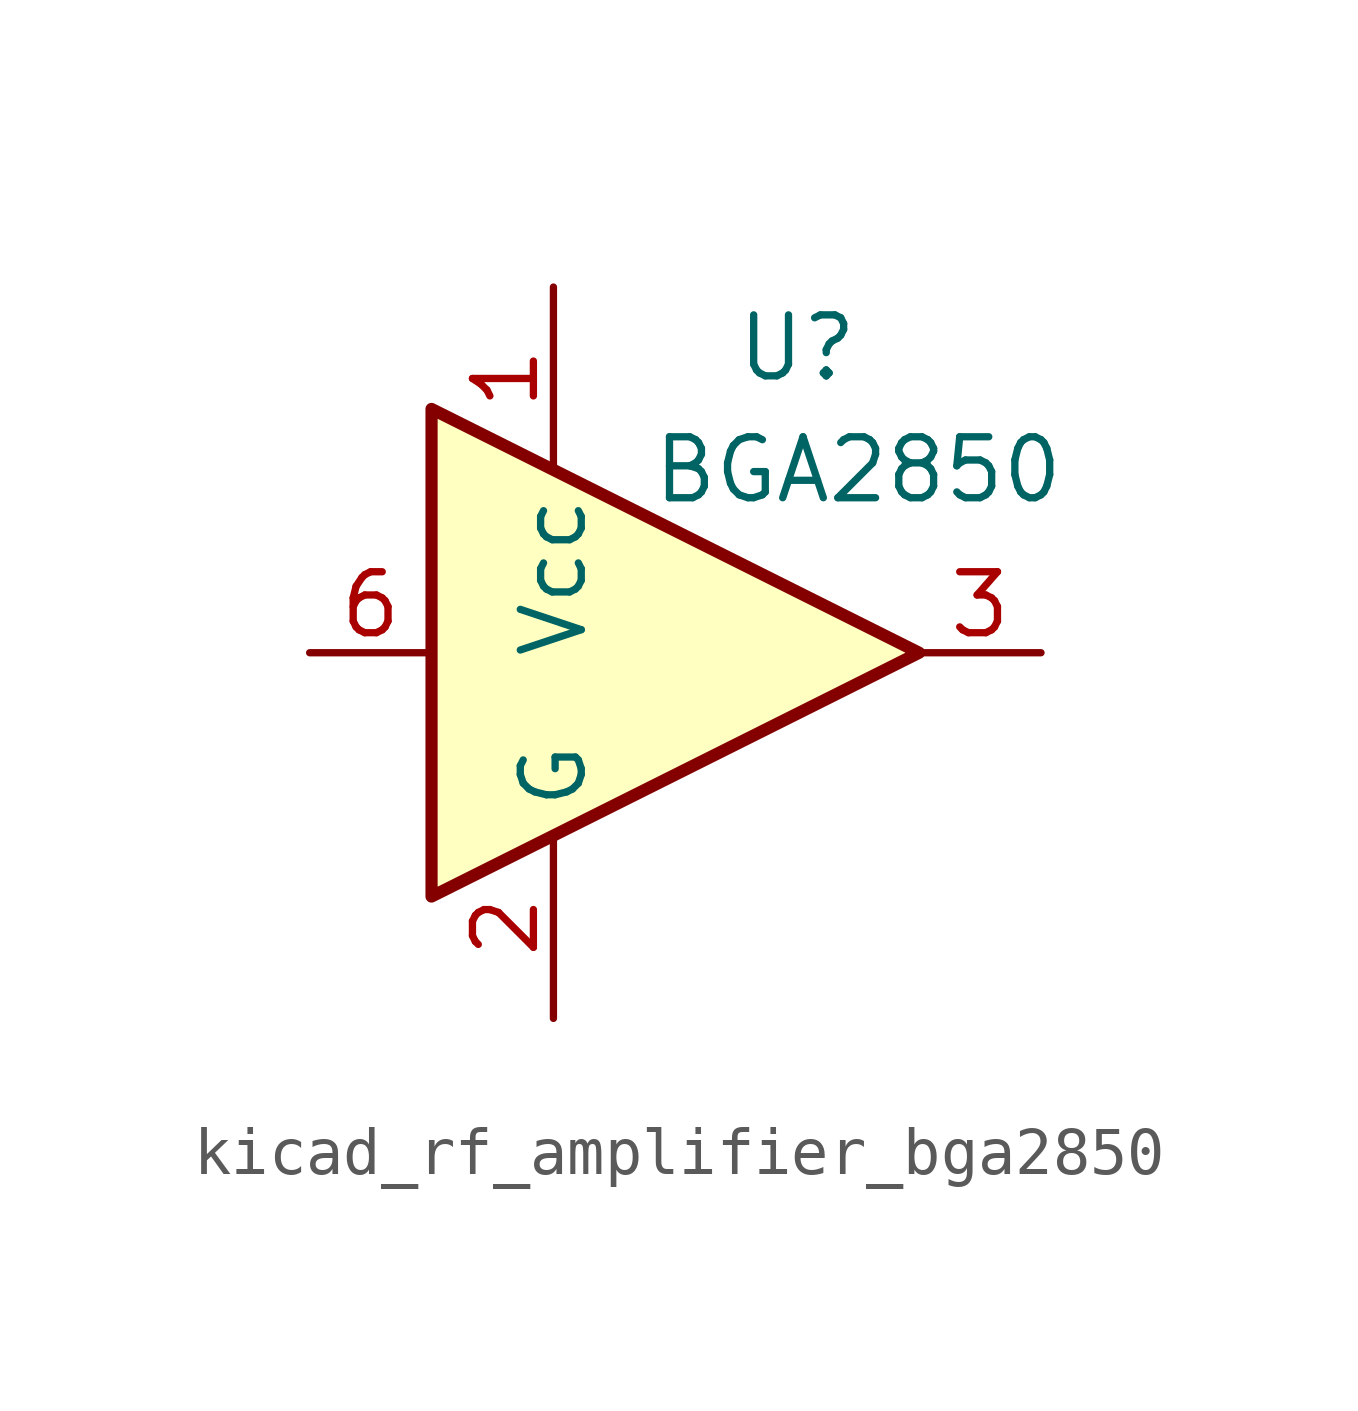
<source format=kicad_sym>
(kicad_symbol_lib
  (version 20220914)
  (generator kicad_symbol_editor)
  (symbol "kicad_rf_amplifier_bga2850"
    (property "Reference" "U"
      (at 2.54 6.35 0)
      (effects (font (size 1.27 1.27))))
    (property "Value" "BGA2850"
      (at 3.81 3.81 0)
      (effects (font (size 1.27 1.27))))
    (symbol "kicad_rf_amplifier_bga2850_0_1"
      (polyline (pts (xy 5.08 0) (xy -5.08 5.08) (xy -5.08 -5.08) (xy 5.08 0)) (stroke (width 0.254) (type default)) (fill (type background))))
    (symbol "kicad_rf_amplifier_bga2850_1_1"
      (pin power_in line (at -2.54 7.62 270) (length 3.81) (name "Vcc" (effects (font (size 1.27 1.27)))) (number "1" (effects (font (size 1.27 1.27)))))
      (pin power_in line (at -2.54 -7.62 90) (length 3.81) (name "G" (effects (font (size 1.27 1.27)))) (number "2" (effects (font (size 1.27 1.27)))))
      (pin output line (at 7.62 0 180) (length 2.54) (name "~" (effects (font (size 1.27 1.27)))) (number "3" (effects (font (size 1.27 1.27)))))
      (pin passive line (at -2.54 -7.62 90) (length 3.81) hide (name "G" (effects (font (size 1.27 1.27)))) (number "4" (effects (font (size 1.27 1.27)))))
      (pin passive line (at -2.54 -7.62 90) (length 3.81) hide (name "G" (effects (font (size 1.27 1.27)))) (number "5" (effects (font (size 1.27 1.27)))))
      (pin input line (at -7.62 0 0) (length 2.54) (name "~" (effects (font (size 1.27 1.27)))) (number "6" (effects (font (size 1.27 1.27))))))))
</source>
